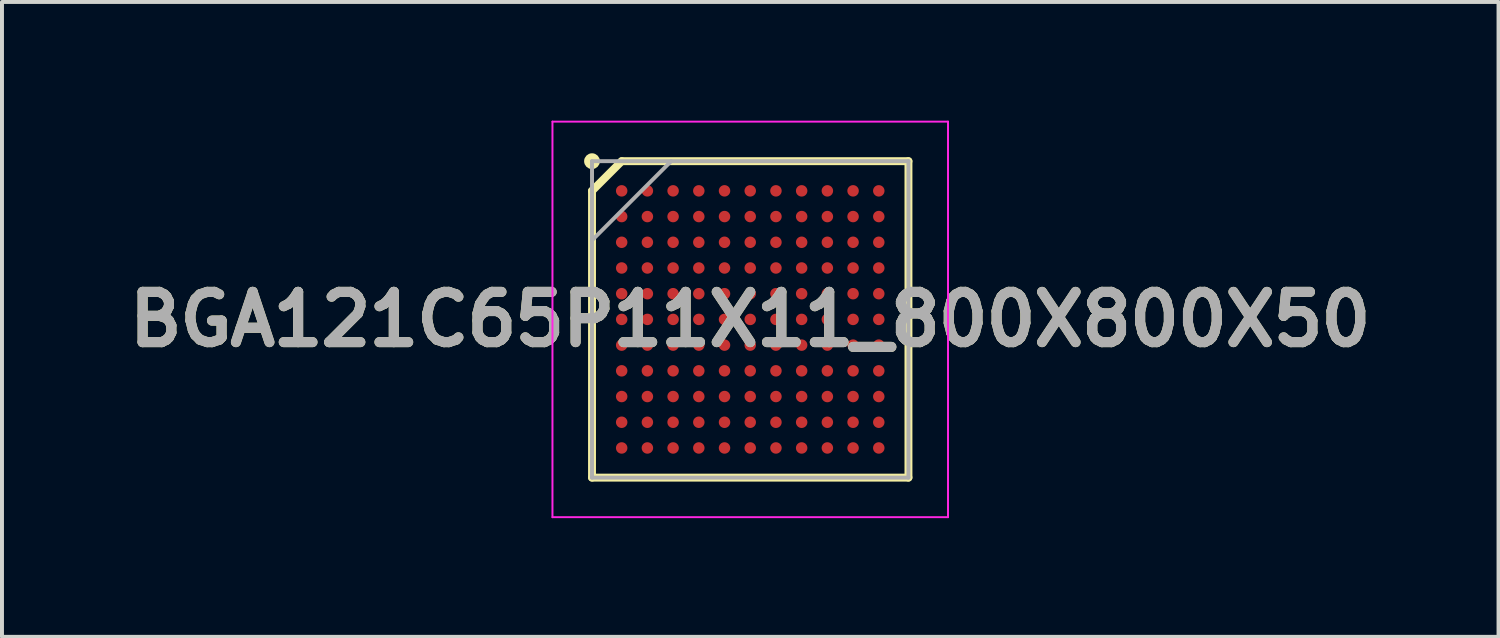
<source format=kicad_pcb>
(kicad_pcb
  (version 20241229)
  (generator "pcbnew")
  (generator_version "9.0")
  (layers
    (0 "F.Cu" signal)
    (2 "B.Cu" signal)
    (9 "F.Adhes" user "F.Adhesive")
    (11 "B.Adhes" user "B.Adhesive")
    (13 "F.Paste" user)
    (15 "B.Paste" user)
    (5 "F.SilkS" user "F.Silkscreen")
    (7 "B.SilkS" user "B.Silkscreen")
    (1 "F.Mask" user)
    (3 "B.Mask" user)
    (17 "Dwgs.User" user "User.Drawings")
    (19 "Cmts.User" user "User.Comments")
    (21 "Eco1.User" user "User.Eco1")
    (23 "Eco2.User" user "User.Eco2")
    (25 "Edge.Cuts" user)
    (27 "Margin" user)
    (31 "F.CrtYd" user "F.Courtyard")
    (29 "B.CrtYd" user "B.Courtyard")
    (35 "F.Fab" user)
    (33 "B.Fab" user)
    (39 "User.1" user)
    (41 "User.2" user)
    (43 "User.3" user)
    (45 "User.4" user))
  (footprint "BGA121C65P11X11_800X800X50"
    (layer "F.Cu")
    (at 15.917 5.025)
    (property "Reference" "BGA121C65P11X11_800X800X50" (at 0 0 0) (layer "F.SilkS") (effects (font (size 1.27 1.27) (thickness 0.254))))
    (attr smd)
    (fp_line (start -4 -3.25) (end -3.25 -4) (stroke (width 0.2) (type solid)) (layer "F.SilkS"))
    (fp_line (start -4 4) (end -4 -3.25) (stroke (width 0.2) (type solid)) (layer "F.SilkS"))
    (fp_line (start -3.25 -4) (end 4 -4) (stroke (width 0.2) (type solid)) (layer "F.SilkS"))
    (fp_line (start 4 -4) (end 4 4) (stroke (width 0.2) (type solid)) (layer "F.SilkS"))
    (fp_line (start 4 4) (end -4 4) (stroke (width 0.2) (type solid)) (layer "F.SilkS"))
    (fp_circle (center -4 -4) (end -4 -3.9) (stroke (width 0.2) (type solid)) (fill no) (layer "F.SilkS"))
    (fp_line (start -5 -5) (end 5 -5) (stroke (width 0.05) (type solid)) (layer "F.CrtYd"))
    (fp_line (start -5 5) (end -5 -5) (stroke (width 0.05) (type solid)) (layer "F.CrtYd"))
    (fp_line (start 5 -5) (end 5 5) (stroke (width 0.05) (type solid)) (layer "F.CrtYd"))
    (fp_line (start 5 5) (end -5 5) (stroke (width 0.05) (type solid)) (layer "F.CrtYd"))
    (fp_line (start -4 -4) (end 4 -4) (stroke (width 0.1) (type solid)) (layer "F.Fab"))
    (fp_line (start -4 -2) (end -2 -4) (stroke (width 0.1) (type solid)) (layer "F.Fab"))
    (fp_line (start -4 4) (end -4 -4) (stroke (width 0.1) (type solid)) (layer "F.Fab"))
    (fp_line (start 4 -4) (end 4 4) (stroke (width 0.1) (type solid)) (layer "F.Fab"))
    (fp_line (start 4 4) (end -4 4) (stroke (width 0.1) (type solid)) (layer "F.Fab"))
    (fp_text user "${REFERENCE}" (at 0 0 0) (layer "F.Fab") (effects (font (size 1.27 1.27) (thickness 0.254))))
    (pad "A1" smd circle (at -3.25 -3.25 90) (size 0.29 0.29) (layers "F.Cu" "F.Mask" "F.Paste"))
    (pad "A2" smd circle (at -2.6 -3.25 90) (size 0.29 0.29) (layers "F.Cu" "F.Mask" "F.Paste"))
    (pad "A3" smd circle (at -1.95 -3.25 90) (size 0.29 0.29) (layers "F.Cu" "F.Mask" "F.Paste"))
    (pad "A4" smd circle (at -1.3 -3.25 90) (size 0.29 0.29) (layers "F.Cu" "F.Mask" "F.Paste"))
    (pad "A5" smd circle (at -0.65 -3.25 90) (size 0.29 0.29) (layers "F.Cu" "F.Mask" "F.Paste"))
    (pad "A6" smd circle (at 0 -3.25 90) (size 0.29 0.29) (layers "F.Cu" "F.Mask" "F.Paste"))
    (pad "A7" smd circle (at 0.65 -3.25 90) (size 0.29 0.29) (layers "F.Cu" "F.Mask" "F.Paste"))
    (pad "A8" smd circle (at 1.3 -3.25 90) (size 0.29 0.29) (layers "F.Cu" "F.Mask" "F.Paste"))
    (pad "A9" smd circle (at 1.95 -3.25 90) (size 0.29 0.29) (layers "F.Cu" "F.Mask" "F.Paste"))
    (pad "A10" smd circle (at 2.6 -3.25 90) (size 0.29 0.29) (layers "F.Cu" "F.Mask" "F.Paste"))
    (pad "A11" smd circle (at 3.25 -3.25 90) (size 0.29 0.29) (layers "F.Cu" "F.Mask" "F.Paste"))
    (pad "B1" smd circle (at -3.25 -2.6 90) (size 0.29 0.29) (layers "F.Cu" "F.Mask" "F.Paste"))
    (pad "B2" smd circle (at -2.6 -2.6 90) (size 0.29 0.29) (layers "F.Cu" "F.Mask" "F.Paste"))
    (pad "B3" smd circle (at -1.95 -2.6 90) (size 0.29 0.29) (layers "F.Cu" "F.Mask" "F.Paste"))
    (pad "B4" smd circle (at -1.3 -2.6 90) (size 0.29 0.29) (layers "F.Cu" "F.Mask" "F.Paste"))
    (pad "B5" smd circle (at -0.65 -2.6 90) (size 0.29 0.29) (layers "F.Cu" "F.Mask" "F.Paste"))
    (pad "B6" smd circle (at 0 -2.6 90) (size 0.29 0.29) (layers "F.Cu" "F.Mask" "F.Paste"))
    (pad "B7" smd circle (at 0.65 -2.6 90) (size 0.29 0.29) (layers "F.Cu" "F.Mask" "F.Paste"))
    (pad "B8" smd circle (at 1.3 -2.6 90) (size 0.29 0.29) (layers "F.Cu" "F.Mask" "F.Paste"))
    (pad "B9" smd circle (at 1.95 -2.6 90) (size 0.29 0.29) (layers "F.Cu" "F.Mask" "F.Paste"))
    (pad "B10" smd circle (at 2.6 -2.6 90) (size 0.29 0.29) (layers "F.Cu" "F.Mask" "F.Paste"))
    (pad "B11" smd circle (at 3.25 -2.6 90) (size 0.29 0.29) (layers "F.Cu" "F.Mask" "F.Paste"))
    (pad "C1" smd circle (at -3.25 -1.95 90) (size 0.29 0.29) (layers "F.Cu" "F.Mask" "F.Paste"))
    (pad "C2" smd circle (at -2.6 -1.95 90) (size 0.29 0.29) (layers "F.Cu" "F.Mask" "F.Paste"))
    (pad "C3" smd circle (at -1.95 -1.95 90) (size 0.29 0.29) (layers "F.Cu" "F.Mask" "F.Paste"))
    (pad "C4" smd circle (at -1.3 -1.95 90) (size 0.29 0.29) (layers "F.Cu" "F.Mask" "F.Paste"))
    (pad "C5" smd circle (at -0.65 -1.95 90) (size 0.29 0.29) (layers "F.Cu" "F.Mask" "F.Paste"))
    (pad "C6" smd circle (at 0 -1.95 90) (size 0.29 0.29) (layers "F.Cu" "F.Mask" "F.Paste"))
    (pad "C7" smd circle (at 0.65 -1.95 90) (size 0.29 0.29) (layers "F.Cu" "F.Mask" "F.Paste"))
    (pad "C8" smd circle (at 1.3 -1.95 90) (size 0.29 0.29) (layers "F.Cu" "F.Mask" "F.Paste"))
    (pad "C9" smd circle (at 1.95 -1.95 90) (size 0.29 0.29) (layers "F.Cu" "F.Mask" "F.Paste"))
    (pad "C10" smd circle (at 2.6 -1.95 90) (size 0.29 0.29) (layers "F.Cu" "F.Mask" "F.Paste"))
    (pad "C11" smd circle (at 3.25 -1.95 90) (size 0.29 0.29) (layers "F.Cu" "F.Mask" "F.Paste"))
    (pad "D1" smd circle (at -3.25 -1.3 90) (size 0.29 0.29) (layers "F.Cu" "F.Mask" "F.Paste"))
    (pad "D2" smd circle (at -2.6 -1.3 90) (size 0.29 0.29) (layers "F.Cu" "F.Mask" "F.Paste"))
    (pad "D3" smd circle (at -1.95 -1.3 90) (size 0.29 0.29) (layers "F.Cu" "F.Mask" "F.Paste"))
    (pad "D4" smd circle (at -1.3 -1.3 90) (size 0.29 0.29) (layers "F.Cu" "F.Mask" "F.Paste"))
    (pad "D5" smd circle (at -0.65 -1.3 90) (size 0.29 0.29) (layers "F.Cu" "F.Mask" "F.Paste"))
    (pad "D6" smd circle (at 0 -1.3 90) (size 0.29 0.29) (layers "F.Cu" "F.Mask" "F.Paste"))
    (pad "D7" smd circle (at 0.65 -1.3 90) (size 0.29 0.29) (layers "F.Cu" "F.Mask" "F.Paste"))
    (pad "D8" smd circle (at 1.3 -1.3 90) (size 0.29 0.29) (layers "F.Cu" "F.Mask" "F.Paste"))
    (pad "D9" smd circle (at 1.95 -1.3 90) (size 0.29 0.29) (layers "F.Cu" "F.Mask" "F.Paste"))
    (pad "D10" smd circle (at 2.6 -1.3 90) (size 0.29 0.29) (layers "F.Cu" "F.Mask" "F.Paste"))
    (pad "D11" smd circle (at 3.25 -1.3 90) (size 0.29 0.29) (layers "F.Cu" "F.Mask" "F.Paste"))
    (pad "E1" smd circle (at -3.25 -0.65 90) (size 0.29 0.29) (layers "F.Cu" "F.Mask" "F.Paste"))
    (pad "E2" smd circle (at -2.6 -0.65 90) (size 0.29 0.29) (layers "F.Cu" "F.Mask" "F.Paste"))
    (pad "E3" smd circle (at -1.95 -0.65 90) (size 0.29 0.29) (layers "F.Cu" "F.Mask" "F.Paste"))
    (pad "E4" smd circle (at -1.3 -0.65 90) (size 0.29 0.29) (layers "F.Cu" "F.Mask" "F.Paste"))
    (pad "E5" smd circle (at -0.65 -0.65 90) (size 0.29 0.29) (layers "F.Cu" "F.Mask" "F.Paste"))
    (pad "E6" smd circle (at 0 -0.65 90) (size 0.29 0.29) (layers "F.Cu" "F.Mask" "F.Paste"))
    (pad "E7" smd circle (at 0.65 -0.65 90) (size 0.29 0.29) (layers "F.Cu" "F.Mask" "F.Paste"))
    (pad "E8" smd circle (at 1.3 -0.65 90) (size 0.29 0.29) (layers "F.Cu" "F.Mask" "F.Paste"))
    (pad "E9" smd circle (at 1.95 -0.65 90) (size 0.29 0.29) (layers "F.Cu" "F.Mask" "F.Paste"))
    (pad "E10" smd circle (at 2.6 -0.65 90) (size 0.29 0.29) (layers "F.Cu" "F.Mask" "F.Paste"))
    (pad "E11" smd circle (at 3.25 -0.65 90) (size 0.29 0.29) (layers "F.Cu" "F.Mask" "F.Paste"))
    (pad "F1" smd circle (at -3.25 0 90) (size 0.29 0.29) (layers "F.Cu" "F.Mask" "F.Paste"))
    (pad "F2" smd circle (at -2.6 0 90) (size 0.29 0.29) (layers "F.Cu" "F.Mask" "F.Paste"))
    (pad "F3" smd circle (at -1.95 0 90) (size 0.29 0.29) (layers "F.Cu" "F.Mask" "F.Paste"))
    (pad "F4" smd circle (at -1.3 0 90) (size 0.29 0.29) (layers "F.Cu" "F.Mask" "F.Paste"))
    (pad "F5" smd circle (at -0.65 0 90) (size 0.29 0.29) (layers "F.Cu" "F.Mask" "F.Paste"))
    (pad "F6" smd circle (at 0 0 90) (size 0.29 0.29) (layers "F.Cu" "F.Mask" "F.Paste"))
    (pad "F7" smd circle (at 0.65 0 90) (size 0.29 0.29) (layers "F.Cu" "F.Mask" "F.Paste"))
    (pad "F8" smd circle (at 1.3 0 90) (size 0.29 0.29) (layers "F.Cu" "F.Mask" "F.Paste"))
    (pad "F9" smd circle (at 1.95 0 90) (size 0.29 0.29) (layers "F.Cu" "F.Mask" "F.Paste"))
    (pad "F10" smd circle (at 2.6 0 90) (size 0.29 0.29) (layers "F.Cu" "F.Mask" "F.Paste"))
    (pad "F11" smd circle (at 3.25 0 90) (size 0.29 0.29) (layers "F.Cu" "F.Mask" "F.Paste"))
    (pad "G1" smd circle (at -3.25 0.65 90) (size 0.29 0.29) (layers "F.Cu" "F.Mask" "F.Paste"))
    (pad "G2" smd circle (at -2.6 0.65 90) (size 0.29 0.29) (layers "F.Cu" "F.Mask" "F.Paste"))
    (pad "G3" smd circle (at -1.95 0.65 90) (size 0.29 0.29) (layers "F.Cu" "F.Mask" "F.Paste"))
    (pad "G4" smd circle (at -1.3 0.65 90) (size 0.29 0.29) (layers "F.Cu" "F.Mask" "F.Paste"))
    (pad "G5" smd circle (at -0.65 0.65 90) (size 0.29 0.29) (layers "F.Cu" "F.Mask" "F.Paste"))
    (pad "G6" smd circle (at 0 0.65 90) (size 0.29 0.29) (layers "F.Cu" "F.Mask" "F.Paste"))
    (pad "G7" smd circle (at 0.65 0.65 90) (size 0.29 0.29) (layers "F.Cu" "F.Mask" "F.Paste"))
    (pad "G8" smd circle (at 1.3 0.65 90) (size 0.29 0.29) (layers "F.Cu" "F.Mask" "F.Paste"))
    (pad "G9" smd circle (at 1.95 0.65 90) (size 0.29 0.29) (layers "F.Cu" "F.Mask" "F.Paste"))
    (pad "G10" smd circle (at 2.6 0.65 90) (size 0.29 0.29) (layers "F.Cu" "F.Mask" "F.Paste"))
    (pad "G11" smd circle (at 3.25 0.65 90) (size 0.29 0.29) (layers "F.Cu" "F.Mask" "F.Paste"))
    (pad "H1" smd circle (at -3.25 1.3 90) (size 0.29 0.29) (layers "F.Cu" "F.Mask" "F.Paste"))
    (pad "H2" smd circle (at -2.6 1.3 90) (size 0.29 0.29) (layers "F.Cu" "F.Mask" "F.Paste"))
    (pad "H3" smd circle (at -1.95 1.3 90) (size 0.29 0.29) (layers "F.Cu" "F.Mask" "F.Paste"))
    (pad "H4" smd circle (at -1.3 1.3 90) (size 0.29 0.29) (layers "F.Cu" "F.Mask" "F.Paste"))
    (pad "H5" smd circle (at -0.65 1.3 90) (size 0.29 0.29) (layers "F.Cu" "F.Mask" "F.Paste"))
    (pad "H6" smd circle (at 0 1.3 90) (size 0.29 0.29) (layers "F.Cu" "F.Mask" "F.Paste"))
    (pad "H7" smd circle (at 0.65 1.3 90) (size 0.29 0.29) (layers "F.Cu" "F.Mask" "F.Paste"))
    (pad "H8" smd circle (at 1.3 1.3 90) (size 0.29 0.29) (layers "F.Cu" "F.Mask" "F.Paste"))
    (pad "H9" smd circle (at 1.95 1.3 90) (size 0.29 0.29) (layers "F.Cu" "F.Mask" "F.Paste"))
    (pad "H10" smd circle (at 2.6 1.3 90) (size 0.29 0.29) (layers "F.Cu" "F.Mask" "F.Paste"))
    (pad "H11" smd circle (at 3.25 1.3 90) (size 0.29 0.29) (layers "F.Cu" "F.Mask" "F.Paste"))
    (pad "J1" smd circle (at -3.25 1.95 90) (size 0.29 0.29) (layers "F.Cu" "F.Mask" "F.Paste"))
    (pad "J2" smd circle (at -2.6 1.95 90) (size 0.29 0.29) (layers "F.Cu" "F.Mask" "F.Paste"))
    (pad "J3" smd circle (at -1.95 1.95 90) (size 0.29 0.29) (layers "F.Cu" "F.Mask" "F.Paste"))
    (pad "J4" smd circle (at -1.3 1.95 90) (size 0.29 0.29) (layers "F.Cu" "F.Mask" "F.Paste"))
    (pad "J5" smd circle (at -0.65 1.95 90) (size 0.29 0.29) (layers "F.Cu" "F.Mask" "F.Paste"))
    (pad "J6" smd circle (at 0 1.95 90) (size 0.29 0.29) (layers "F.Cu" "F.Mask" "F.Paste"))
    (pad "J7" smd circle (at 0.65 1.95 90) (size 0.29 0.29) (layers "F.Cu" "F.Mask" "F.Paste"))
    (pad "J8" smd circle (at 1.3 1.95 90) (size 0.29 0.29) (layers "F.Cu" "F.Mask" "F.Paste"))
    (pad "J9" smd circle (at 1.95 1.95 90) (size 0.29 0.29) (layers "F.Cu" "F.Mask" "F.Paste"))
    (pad "J10" smd circle (at 2.6 1.95 90) (size 0.29 0.29) (layers "F.Cu" "F.Mask" "F.Paste"))
    (pad "J11" smd circle (at 3.25 1.95 90) (size 0.29 0.29) (layers "F.Cu" "F.Mask" "F.Paste"))
    (pad "K1" smd circle (at -3.25 2.6 90) (size 0.29 0.29) (layers "F.Cu" "F.Mask" "F.Paste"))
    (pad "K2" smd circle (at -2.6 2.6 90) (size 0.29 0.29) (layers "F.Cu" "F.Mask" "F.Paste"))
    (pad "K3" smd circle (at -1.95 2.6 90) (size 0.29 0.29) (layers "F.Cu" "F.Mask" "F.Paste"))
    (pad "K4" smd circle (at -1.3 2.6 90) (size 0.29 0.29) (layers "F.Cu" "F.Mask" "F.Paste"))
    (pad "K5" smd circle (at -0.65 2.6 90) (size 0.29 0.29) (layers "F.Cu" "F.Mask" "F.Paste"))
    (pad "K6" smd circle (at 0 2.6 90) (size 0.29 0.29) (layers "F.Cu" "F.Mask" "F.Paste"))
    (pad "K7" smd circle (at 0.65 2.6 90) (size 0.29 0.29) (layers "F.Cu" "F.Mask" "F.Paste"))
    (pad "K8" smd circle (at 1.3 2.6 90) (size 0.29 0.29) (layers "F.Cu" "F.Mask" "F.Paste"))
    (pad "K9" smd circle (at 1.95 2.6 90) (size 0.29 0.29) (layers "F.Cu" "F.Mask" "F.Paste"))
    (pad "K10" smd circle (at 2.6 2.6 90) (size 0.29 0.29) (layers "F.Cu" "F.Mask" "F.Paste"))
    (pad "K11" smd circle (at 3.25 2.6 90) (size 0.29 0.29) (layers "F.Cu" "F.Mask" "F.Paste"))
    (pad "L1" smd circle (at -3.25 3.25 90) (size 0.29 0.29) (layers "F.Cu" "F.Mask" "F.Paste"))
    (pad "L2" smd circle (at -2.6 3.25 90) (size 0.29 0.29) (layers "F.Cu" "F.Mask" "F.Paste"))
    (pad "L3" smd circle (at -1.95 3.25 90) (size 0.29 0.29) (layers "F.Cu" "F.Mask" "F.Paste"))
    (pad "L4" smd circle (at -1.3 3.25 90) (size 0.29 0.29) (layers "F.Cu" "F.Mask" "F.Paste"))
    (pad "L5" smd circle (at -0.65 3.25 90) (size 0.29 0.29) (layers "F.Cu" "F.Mask" "F.Paste"))
    (pad "L6" smd circle (at 0 3.25 90) (size 0.29 0.29) (layers "F.Cu" "F.Mask" "F.Paste"))
    (pad "L7" smd circle (at 0.65 3.25 90) (size 0.29 0.29) (layers "F.Cu" "F.Mask" "F.Paste"))
    (pad "L8" smd circle (at 1.3 3.25 90) (size 0.29 0.29) (layers "F.Cu" "F.Mask" "F.Paste"))
    (pad "L9" smd circle (at 1.95 3.25 90) (size 0.29 0.29) (layers "F.Cu" "F.Mask" "F.Paste"))
    (pad "L10" smd circle (at 2.6 3.25 90) (size 0.29 0.29) (layers "F.Cu" "F.Mask" "F.Paste"))
    (pad "L11" smd circle (at 3.25 3.25 90) (size 0.29 0.29) (layers "F.Cu" "F.Mask" "F.Paste")))
  (gr_rect
    (start -3 -3)
    (end 34.835 13.05)
    (stroke (width 0.1) (type default))
    (fill no)
    (layer "Edge.Cuts")))
</source>
